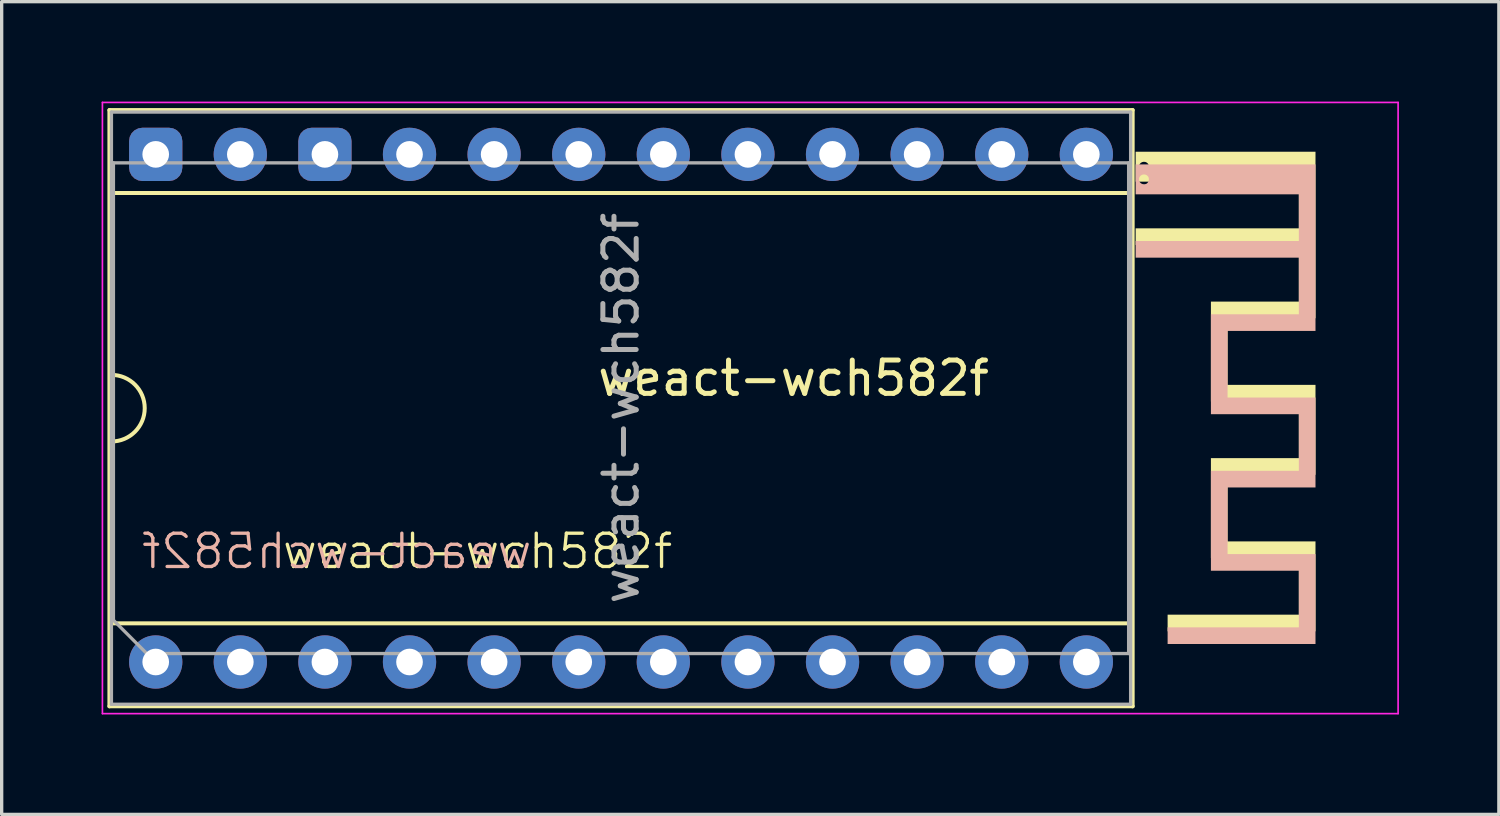
<source format=kicad_pcb>
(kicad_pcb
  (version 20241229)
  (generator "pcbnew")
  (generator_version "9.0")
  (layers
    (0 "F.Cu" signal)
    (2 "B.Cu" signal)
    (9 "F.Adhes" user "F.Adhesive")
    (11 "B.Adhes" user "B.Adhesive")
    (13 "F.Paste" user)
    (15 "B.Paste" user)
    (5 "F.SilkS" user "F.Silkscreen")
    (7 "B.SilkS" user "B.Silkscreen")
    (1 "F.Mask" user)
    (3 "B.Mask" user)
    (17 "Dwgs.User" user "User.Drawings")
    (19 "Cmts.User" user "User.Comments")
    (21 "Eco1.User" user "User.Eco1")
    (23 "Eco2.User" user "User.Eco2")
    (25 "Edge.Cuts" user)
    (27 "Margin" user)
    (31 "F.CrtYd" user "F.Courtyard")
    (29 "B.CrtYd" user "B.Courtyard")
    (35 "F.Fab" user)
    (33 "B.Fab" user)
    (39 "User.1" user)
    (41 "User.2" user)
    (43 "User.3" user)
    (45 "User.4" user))
  (footprint "weact-wch582f"
    (layer "F.Cu")
    (at 15.525 9.005)
    (property "Reference" "weact-wch582f" (at 5.25 -0.7 0) (unlocked yes) (layer "F.SilkS") (effects (font (size 1 1) (thickness 0.15))))
    (property "Value" "weact-wch582f" (at 6.65 0.875 0) (unlocked yes) (layer "F.Fab") (hide yes) (effects (font (size 1 1) (thickness 0.15))))
    (attr smd)
    (fp_line (start -15.29 -8.75) (end -15.29 9.15) (stroke (width 0.12) (type solid)) (layer "F.SilkS"))
    (fp_line (start -15.29 9.15) (end 15.43 9.15) (stroke (width 0.12) (type solid)) (layer "F.SilkS"))
    (fp_line (start -15.23 -6.26) (end -15.23 -0.8) (stroke (width 0.12) (type solid)) (layer "F.SilkS"))
    (fp_line (start -15.23 1.2) (end -15.23 6.66) (stroke (width 0.12) (type solid)) (layer "F.SilkS"))
    (fp_line (start -15.23 6.66) (end 15.37 6.66) (stroke (width 0.12) (type solid)) (layer "F.SilkS"))
    (fp_line (start 15.37 -6.26) (end -15.23 -6.26) (stroke (width 0.12) (type solid)) (layer "F.SilkS"))
    (fp_line (start 15.37 6.66) (end 15.37 -6.26) (stroke (width 0.12) (type solid)) (layer "F.SilkS"))
    (fp_line (start 15.43 -8.75) (end -15.29 -8.75) (stroke (width 0.12) (type solid)) (layer "F.SilkS"))
    (fp_line (start 15.43 9.15) (end 15.43 -8.75) (stroke (width 0.12) (type solid)) (layer "F.SilkS"))
    (fp_arc (start -15.23 -0.8) (mid -14.23 0.2) (end -15.23 1.2) (stroke (width 0.12) (type solid)) (layer "F.SilkS"))
    (fp_poly (pts (xy 18.28 -2.5) (xy 18.28 -0.5) (xy 20.92 -0.5) (xy 20.92 2.2) (xy 18.28 2.2) (xy 18.28 4.2) (xy 20.92 4.2) (xy 20.92 6.9) (xy 16.48 6.9) (xy 16.48 6.4) (xy 20.42 6.4) (xy 20.42 4.7) (xy 17.78 4.7) (xy 17.78 1.7) (xy 20.42 1.7) (xy 20.42 0) (xy 17.78 0) (xy 17.78 -3) (xy 20.42 -3) (xy 20.42 -4.7) (xy 15.52 -4.7) (xy 15.52 -5.2) (xy 20.42 -5.2) (xy 20.42 -6.6) (xy 15.52 -6.6) (xy 15.52 -7.5) (xy 15.763 -7.5) (xy 15.763 -7.198) (xy 15.716 -7.188) (xy 15.673 -7.164) (xy 15.64 -7.126) (xy 15.636 -7.118) (xy 15.624 -7.075) (xy 15.625 -7.027) (xy 15.638 -6.981) (xy 15.648 -6.963) (xy 15.683 -6.929) (xy 15.729 -6.908) (xy 15.778 -6.902) (xy 15.826 -6.91) (xy 15.859 -6.927) (xy 15.891 -6.962) (xy 15.911 -7.008) (xy 15.918 -7.057) (xy 15.91 -7.105) (xy 15.893 -7.138) (xy 15.856 -7.173) (xy 15.812 -7.193) (xy 15.763 -7.198) (xy 15.763 -7.5) (xy 20.92 -7.5) (xy 20.92 -2.5) (xy 18.28 -2.5)) (stroke (width 0) (type solid)) (fill yes) (layer "F.SilkS"))
    (fp_poly (pts (xy 18.28 -2.12) (xy 18.28 -0.12) (xy 20.92 -0.12) (xy 20.92 2.58) (xy 18.28 2.58) (xy 18.28 4.58) (xy 20.92 4.58) (xy 20.92 7.28) (xy 16.48 7.28) (xy 16.48 6.78) (xy 20.42 6.78) (xy 20.42 5.08) (xy 17.78 5.08) (xy 17.78 2.08) (xy 20.42 2.08) (xy 20.42 0.38) (xy 17.78 0.38) (xy 17.78 -2.62) (xy 20.42 -2.62) (xy 20.42 -4.32) (xy 15.52 -4.32) (xy 15.52 -4.82) (xy 20.42 -4.82) (xy 20.42 -6.22) (xy 15.52 -6.22) (xy 15.52 -7.12) (xy 15.763 -7.12) (xy 15.763 -6.818) (xy 15.716 -6.808) (xy 15.673 -6.784) (xy 15.64 -6.746) (xy 15.636 -6.738) (xy 15.624 -6.695) (xy 15.625 -6.647) (xy 15.638 -6.601) (xy 15.648 -6.583) (xy 15.683 -6.549) (xy 15.729 -6.528) (xy 15.778 -6.522) (xy 15.826 -6.53) (xy 15.859 -6.547) (xy 15.891 -6.582) (xy 15.911 -6.628) (xy 15.918 -6.677) (xy 15.91 -6.725) (xy 15.893 -6.758) (xy 15.856 -6.793) (xy 15.812 -6.813) (xy 15.763 -6.818) (xy 15.763 -7.12) (xy 20.92 -7.12) (xy 20.92 -2.12) (xy 18.28 -2.12)) (stroke (width 0) (type solid)) (fill yes) (layer "B.SilkS"))
    (fp_line (start -15.5 -8.98) (end -15.5 9.37) (stroke (width 0.05) (type solid)) (layer "F.CrtYd"))
    (fp_line (start -15.5 9.37) (end 23.4 9.37) (stroke (width 0.05) (type solid)) (layer "F.CrtYd"))
    (fp_line (start 23.4 -8.98) (end -15.5 -8.98) (stroke (width 0.05) (type solid)) (layer "F.CrtYd"))
    (fp_line (start 23.4 9.37) (end 23.4 -8.98) (stroke (width 0.05) (type solid)) (layer "F.CrtYd"))
    (fp_line (start -15.23 -8.69) (end -15.23 9.09) (stroke (width 0.1) (type solid)) (layer "F.Fab"))
    (fp_line (start -15.23 9.09) (end 15.37 9.09) (stroke (width 0.1) (type solid)) (layer "F.Fab"))
    (fp_line (start -15.17 -7.165) (end 15.31 -7.165) (stroke (width 0.1) (type solid)) (layer "F.Fab"))
    (fp_line (start -15.17 6.565) (end -15.17 -7.165) (stroke (width 0.1) (type solid)) (layer "F.Fab"))
    (fp_line (start -14.17 7.565) (end -15.17 6.565) (stroke (width 0.1) (type solid)) (layer "F.Fab"))
    (fp_line (start 15.31 -7.165) (end 15.31 7.565) (stroke (width 0.1) (type solid)) (layer "F.Fab"))
    (fp_line (start 15.31 7.565) (end -14.17 7.565) (stroke (width 0.1) (type solid)) (layer "F.Fab"))
    (fp_line (start 15.37 -8.69) (end -15.23 -8.69) (stroke (width 0.1) (type solid)) (layer "F.Fab"))
    (fp_line (start 15.37 9.09) (end 15.37 -8.69) (stroke (width 0.1) (type solid)) (layer "F.Fab"))
    (fp_text user "${VALUE}" (at -10.16 5.08 0) (unlocked yes) (layer "F.SilkS") (effects (font (size 1 1) (thickness 0.1)) (justify left bottom)))
    (fp_text user "${VALUE}" (at -2.54 5.08 0) (unlocked yes) (layer "B.SilkS") (effects (font (size 1 1) (thickness 0.1)) (justify left bottom mirror)))
    (fp_text user "${REFERENCE}" (at 0.07 0.2 90) (layer "F.Fab") (effects (font (size 1 1) (thickness 0.15))))
    (pad "1" thru_hole oval (at -13.9 7.82 90) (size 1.6 1.6) (drill 0.8) (layers "*.Cu" "*.Mask"))
    (pad "2" thru_hole oval (at -11.36 7.82 90) (size 1.6 1.6) (drill 0.8) (layers "*.Cu" "*.Mask"))
    (pad "3" thru_hole oval (at -8.82 7.82 90) (size 1.6 1.6) (drill 0.8) (layers "*.Cu" "*.Mask"))
    (pad "4" thru_hole oval (at -6.28 7.82 90) (size 1.6 1.6) (drill 0.8) (layers "*.Cu" "*.Mask"))
    (pad "5" thru_hole oval (at -3.74 7.82 90) (size 1.6 1.6) (drill 0.8) (layers "*.Cu" "*.Mask"))
    (pad "6" thru_hole oval (at -1.2 7.82 90) (size 1.6 1.6) (drill 0.8) (layers "*.Cu" "*.Mask"))
    (pad "7" thru_hole oval (at 1.34 7.82 90) (size 1.6 1.6) (drill 0.8) (layers "*.Cu" "*.Mask"))
    (pad "8" thru_hole oval (at 3.88 7.82 90) (size 1.6 1.6) (drill 0.8) (layers "*.Cu" "*.Mask"))
    (pad "9" thru_hole oval (at 6.42 7.82 90) (size 1.6 1.6) (drill 0.8) (layers "*.Cu" "*.Mask"))
    (pad "10" thru_hole oval (at 8.96 7.82 90) (size 1.6 1.6) (drill 0.8) (layers "*.Cu" "*.Mask"))
    (pad "11" thru_hole oval (at 11.5 7.82 90) (size 1.6 1.6) (drill 0.8) (layers "*.Cu" "*.Mask"))
    (pad "12" thru_hole oval (at 14.04 7.82 90) (size 1.6 1.6) (drill 0.8) (layers "*.Cu" "*.Mask"))
    (pad "13" thru_hole oval (at 14.04 -7.42 90) (size 1.6 1.6) (drill 0.8) (layers "*.Cu" "*.Mask"))
    (pad "14" thru_hole oval (at 11.5 -7.42 90) (size 1.6 1.6) (drill 0.8) (layers "*.Cu" "*.Mask"))
    (pad "15" thru_hole oval (at 8.96 -7.42 90) (size 1.6 1.6) (drill 0.8) (layers "*.Cu" "*.Mask"))
    (pad "16" thru_hole oval (at 6.42 -7.42 90) (size 1.6 1.6) (drill 0.8) (layers "*.Cu" "*.Mask"))
    (pad "17" thru_hole oval (at 3.88 -7.42 90) (size 1.6 1.6) (drill 0.8) (layers "*.Cu" "*.Mask"))
    (pad "18" thru_hole oval (at 1.34 -7.42 90) (size 1.6 1.6) (drill 0.8) (layers "*.Cu" "*.Mask"))
    (pad "19" thru_hole oval (at -1.2 -7.42 90) (size 1.6 1.6) (drill 0.8) (layers "*.Cu" "*.Mask"))
    (pad "20" thru_hole oval (at -3.74 -7.42 90) (size 1.6 1.6) (drill 0.8) (layers "*.Cu" "*.Mask"))
    (pad "21" thru_hole oval (at -6.28 -7.42 90) (size 1.6 1.6) (drill 0.8) (layers "*.Cu" "*.Mask"))
    (pad "22" thru_hole roundrect (at -8.82 -7.42 90) (size 1.6 1.6) (drill 0.8) (layers "*.Cu" "*.Mask") (roundrect_rratio 0.25))
    (pad "23" thru_hole oval (at -11.36 -7.42 90) (size 1.6 1.6) (drill 0.8) (layers "*.Cu" "*.Mask"))
    (pad "24" thru_hole roundrect (at -13.9 -7.42 90) (size 1.6 1.6) (drill 0.8) (layers "*.Cu" "*.Mask") (roundrect_rratio 0.25))
    (zone (net_name "") (layers "F.Cu" "B.Cu" "F.SilkS") (hatch edge 0.5) (connect_pads) (min_thickness 0.25) (filled_areas_thickness no) (keepout (tracks not_allowed) (vias not_allowed) (pads not_allowed) (copperpour allowed) (footprints allowed)) (placement (enabled no)) (fill) (polygon (pts (xy 30.955 0.255) (xy 38.865 0.225) (xy 38.855 18.255) (xy 30.995 18.225)))))
  (gr_rect
    (start -3 -3)
    (end 41.95 21.4)
    (stroke (width 0.1) (type default))
    (fill no)
    (layer "Edge.Cuts")))
</source>
